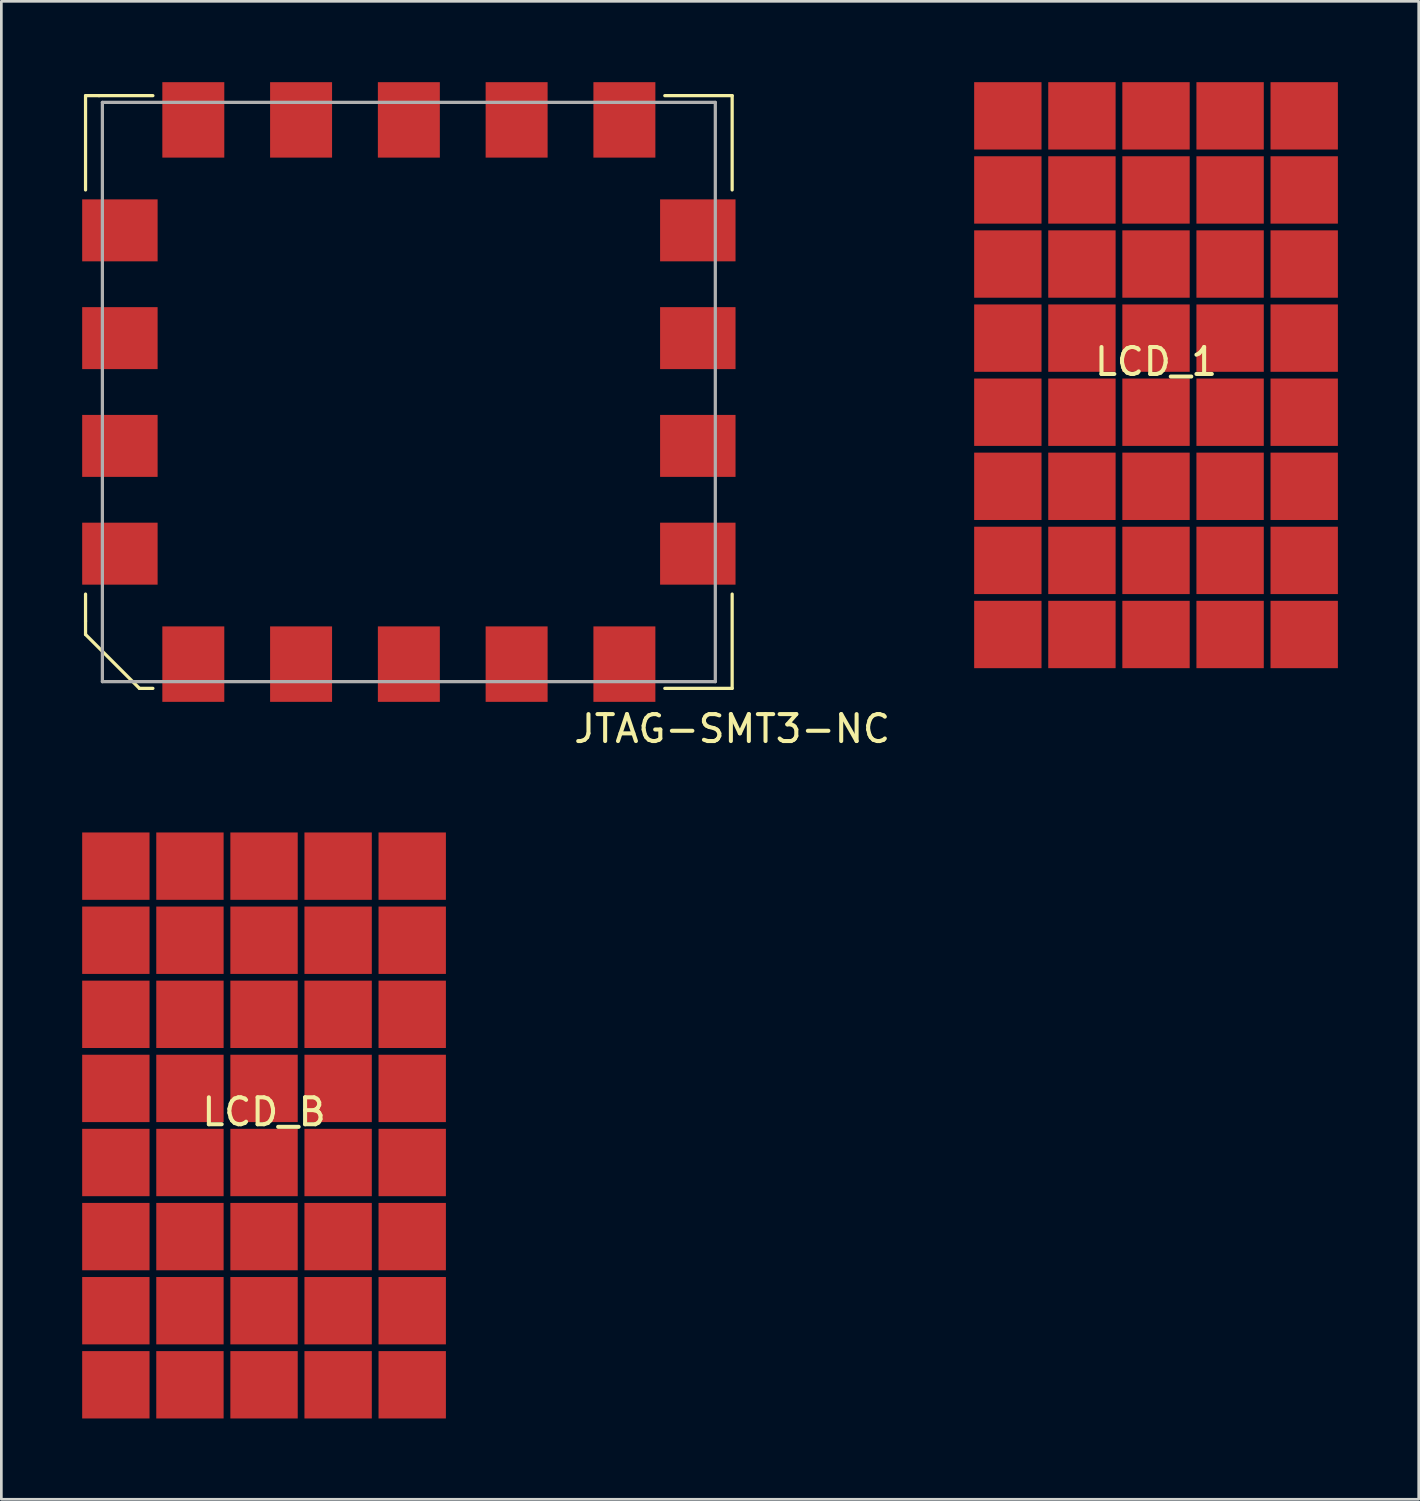
<source format=kicad_pcb>
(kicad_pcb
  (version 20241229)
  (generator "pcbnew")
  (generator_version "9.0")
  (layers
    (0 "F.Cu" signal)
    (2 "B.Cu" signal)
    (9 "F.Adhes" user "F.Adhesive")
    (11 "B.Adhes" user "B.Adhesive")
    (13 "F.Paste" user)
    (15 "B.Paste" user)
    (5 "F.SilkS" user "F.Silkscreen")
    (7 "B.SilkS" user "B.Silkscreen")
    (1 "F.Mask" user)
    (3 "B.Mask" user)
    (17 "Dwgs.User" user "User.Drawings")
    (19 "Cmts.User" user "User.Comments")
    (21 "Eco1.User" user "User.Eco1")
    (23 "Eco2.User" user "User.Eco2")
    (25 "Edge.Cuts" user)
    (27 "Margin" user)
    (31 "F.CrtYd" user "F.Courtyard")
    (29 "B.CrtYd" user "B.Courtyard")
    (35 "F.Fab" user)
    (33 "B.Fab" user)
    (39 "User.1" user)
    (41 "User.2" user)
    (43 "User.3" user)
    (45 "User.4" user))
  (footprint "JTAG-SMT3-NC"
    (layer "F.Cu")
    (at 12.125 11.5)
    (property "Reference" "JTAG-SMT3-NC" (at 12 12.5 0) (layer "F.SilkS") (effects (font (size 1 1) (thickness 0.15))))
    (attr through_hole)
    (fp_line (start -12 -11) (end -12 -7.5) (stroke (width 0.12) (type solid)) (layer "F.SilkS"))
    (fp_line (start -12 8.5) (end -12 7.5) (stroke (width 0.12) (type solid)) (layer "F.SilkS"))
    (fp_line (start -12 9) (end -12 8.5) (stroke (width 0.12) (type solid)) (layer "F.SilkS"))
    (fp_line (start -11.5 -11) (end -12 -11) (stroke (width 0.12) (type solid)) (layer "F.SilkS"))
    (fp_line (start -11.5 -11) (end -9.5 -11) (stroke (width 0.12) (type solid)) (layer "F.SilkS"))
    (fp_line (start -10 11) (end -12 9) (stroke (width 0.12) (type solid)) (layer "F.SilkS"))
    (fp_line (start -9.5 11) (end -10 11) (stroke (width 0.12) (type solid)) (layer "F.SilkS"))
    (fp_line (start 9.5 -11) (end 12 -11) (stroke (width 0.12) (type solid)) (layer "F.SilkS"))
    (fp_line (start 9.5 11) (end 12 11) (stroke (width 0.12) (type solid)) (layer "F.SilkS"))
    (fp_line (start 12 -11) (end 12 -7.5) (stroke (width 0.12) (type solid)) (layer "F.SilkS"))
    (fp_line (start 12 11) (end 12 7.5) (stroke (width 0.12) (type solid)) (layer "F.SilkS"))
    (fp_line (start -11.375 -10.75) (end -11.375 10.75) (stroke (width 0.12) (type solid)) (layer "F.Fab"))
    (fp_line (start -11.375 10.75) (end 11.375 10.75) (stroke (width 0.12) (type solid)) (layer "F.Fab"))
    (fp_line (start 11.375 -10.75) (end -11.375 -10.75) (stroke (width 0.12) (type solid)) (layer "F.Fab"))
    (fp_line (start 11.375 10.75) (end 11.375 -10.75) (stroke (width 0.12) (type solid)) (layer "F.Fab"))
    (pad "1" smd rect (at -8 10.1) (size 2.3 2.8) (layers "F.Cu" "F.Mask" "F.Paste"))
    (pad "2" smd rect (at -4 10.1) (size 2.3 2.8) (layers "F.Cu" "F.Mask" "F.Paste"))
    (pad "3" smd rect (at 0 10.1) (size 2.3 2.8) (layers "F.Cu" "F.Mask" "F.Paste"))
    (pad "4" smd rect (at 4 10.1) (size 2.3 2.8) (layers "F.Cu" "F.Mask" "F.Paste"))
    (pad "5" smd rect (at 8 10.1) (size 2.3 2.8) (layers "F.Cu" "F.Mask" "F.Paste"))
    (pad "6" smd rect (at 10.725 6 90) (size 2.3 2.8) (layers "F.Cu" "F.Mask" "F.Paste"))
    (pad "7" smd rect (at 10.725 2 90) (size 2.3 2.8) (layers "F.Cu" "F.Mask" "F.Paste"))
    (pad "8" smd rect (at 10.725 -2 90) (size 2.3 2.8) (layers "F.Cu" "F.Mask" "F.Paste"))
    (pad "9" smd rect (at 10.725 -6 90) (size 2.3 2.8) (layers "F.Cu" "F.Mask" "F.Paste"))
    (pad "10" smd rect (at 8 -10.1) (size 2.3 2.8) (layers "F.Cu" "F.Mask" "F.Paste"))
    (pad "11" smd rect (at 4 -10.1) (size 2.3 2.8) (layers "F.Cu" "F.Mask" "F.Paste"))
    (pad "12" smd rect (at 0 -10.1) (size 2.3 2.8) (layers "F.Cu" "F.Mask" "F.Paste"))
    (pad "13" smd rect (at -4 -10.1) (size 2.3 2.8) (layers "F.Cu" "F.Mask" "F.Paste"))
    (pad "14" smd rect (at -8 -10.1) (size 2.3 2.8) (layers "F.Cu" "F.Mask" "F.Paste"))
    (pad "15" smd rect (at -10.725 -6 90) (size 2.3 2.8) (layers "F.Cu" "F.Mask" "F.Paste"))
    (pad "16" smd rect (at -10.725 -2 90) (size 2.3 2.8) (layers "F.Cu" "F.Mask" "F.Paste"))
    (pad "17" smd rect (at -10.725 2 90) (size 2.3 2.8) (layers "F.Cu" "F.Mask" "F.Paste"))
    (pad "18" smd rect (at -10.725 6 90) (size 2.3 2.8) (layers "F.Cu" "F.Mask" "F.Paste")))
  (footprint "LCD_B"
    (layer "F.Cu")
    (at 6.75 38.723)
    (property "Reference" "LCD_B" (at 0 -0.5 0) (unlocked yes) (layer "F.SilkS") (effects (font (size 1 1) (thickness 0.15))))
    (attr exclude_from_pos_files exclude_from_bom)
    (pad "1" smd rect (at -5.5 9.625) (size 2.5 2.5) (layers "F.Cu"))
    (pad "2" smd rect (at -2.75 9.625) (size 2.5 2.5) (layers "F.Cu"))
    (pad "3" smd rect (at 0 9.625) (size 2.5 2.5) (layers "F.Cu"))
    (pad "4" smd rect (at 2.75 9.625) (size 2.5 2.5) (layers "F.Cu"))
    (pad "5" smd rect (at 5.5 9.625) (size 2.5 2.5) (layers "F.Cu"))
    (pad "6" smd rect (at -5.5 6.875) (size 2.5 2.5) (layers "F.Cu" "F.Mask"))
    (pad "7" smd rect (at -2.75 6.875) (size 2.5 2.5) (layers "F.Cu" "F.Mask"))
    (pad "8" smd rect (at 0 6.875) (size 2.5 2.5) (layers "F.Cu" "F.Mask"))
    (pad "9" smd rect (at 2.75 6.875) (size 2.5 2.5) (layers "F.Cu" "F.Mask"))
    (pad "10" smd rect (at 5.5 6.875) (size 2.5 2.5) (layers "F.Cu"))
    (pad "11" smd rect (at -5.5 4.125) (size 2.5 2.5) (layers "F.Cu" "F.Mask"))
    (pad "12" smd rect (at -2.75 4.125) (size 2.5 2.5) (layers "F.Cu"))
    (pad "13" smd rect (at 0 4.125) (size 2.5 2.5) (layers "F.Cu"))
    (pad "14" smd rect (at 2.75 4.125) (size 2.5 2.5) (layers "F.Cu"))
    (pad "15" smd rect (at 5.5 4.125) (size 2.5 2.5) (layers "F.Cu" "F.Mask"))
    (pad "16" smd rect (at -5.5 1.375) (size 2.5 2.5) (layers "F.Cu" "F.Mask"))
    (pad "17" smd rect (at -2.75 1.375) (size 2.5 2.5) (layers "F.Cu"))
    (pad "18" smd rect (at 0 1.375) (size 2.5 2.5) (layers "F.Cu"))
    (pad "19" smd rect (at 2.75 1.375) (size 2.5 2.5) (layers "F.Cu"))
    (pad "20" smd rect (at 5.5 1.375) (size 2.5 2.5) (layers "F.Cu" "F.Mask"))
    (pad "21" smd rect (at -5.5 -1.375) (size 2.5 2.5) (layers "F.Cu" "F.Mask"))
    (pad "22" smd rect (at -2.75 -1.375) (size 2.5 2.5) (layers "F.Cu" "F.Mask"))
    (pad "23" smd rect (at 0 -1.375) (size 2.5 2.5) (layers "F.Cu" "F.Mask"))
    (pad "24" smd rect (at 2.75 -1.375) (size 2.5 2.5) (layers "F.Cu" "F.Mask"))
    (pad "25" smd rect (at 5.5 -1.375) (size 2.5 2.5) (layers "F.Cu"))
    (pad "26" smd rect (at -5.5 -4.125) (size 2.5 2.5) (layers "F.Cu" "F.Mask"))
    (pad "27" smd rect (at -2.75 -4.125) (size 2.5 2.5) (layers "F.Cu"))
    (pad "28" smd rect (at 0 -4.125) (size 2.5 2.5) (layers "F.Cu"))
    (pad "29" smd rect (at 2.75 -4.125) (size 2.5 2.5) (layers "F.Cu"))
    (pad "30" smd rect (at 5.5 -4.125) (size 2.5 2.5) (layers "F.Cu" "F.Mask"))
    (pad "31" smd rect (at -5.5 -6.875) (size 2.5 2.5) (layers "F.Cu" "F.Mask"))
    (pad "32" smd rect (at -2.75 -6.875) (size 2.5 2.5) (layers "F.Cu"))
    (pad "33" smd rect (at 0 -6.875) (size 2.5 2.5) (layers "F.Cu"))
    (pad "34" smd rect (at 2.75 -6.875) (size 2.5 2.5) (layers "F.Cu"))
    (pad "35" smd rect (at 5.5 -6.875) (size 2.5 2.5) (layers "F.Cu" "F.Mask"))
    (pad "36" smd rect (at -5.5 -9.625) (size 2.5 2.5) (layers "F.Cu" "F.Mask"))
    (pad "37" smd rect (at -2.75 -9.625) (size 2.5 2.5) (layers "F.Cu" "F.Mask"))
    (pad "38" smd rect (at 0 -9.625) (size 2.5 2.5) (layers "F.Cu" "F.Mask"))
    (pad "39" smd rect (at 2.75 -9.625) (size 2.5 2.5) (layers "F.Cu" "F.Mask"))
    (pad "40" smd rect (at 5.5 -9.625) (size 2.5 2.5) (layers "F.Cu")))
  (footprint "LCD_1"
    (layer "F.Cu")
    (at 39.857 10.875)
    (property "Reference" "LCD_1" (at 0 -0.5 0) (unlocked yes) (layer "F.SilkS") (effects (font (size 1 1) (thickness 0.15))))
    (attr exclude_from_pos_files exclude_from_bom)
    (pad "1" smd rect (at -5.5 9.625) (size 2.5 2.5) (layers "F.Cu"))
    (pad "2" smd rect (at -2.75 9.625) (size 2.5 2.5) (layers "F.Cu"))
    (pad "3" smd rect (at 0 9.625) (size 2.5 2.5) (layers "F.Cu"))
    (pad "4" smd rect (at 2.75 9.625) (size 2.5 2.5) (layers "F.Cu"))
    (pad "5" smd rect (at 5.5 9.625) (size 2.5 2.5) (layers "F.Cu"))
    (pad "6" smd rect (at -5.5 6.875) (size 2.5 2.5) (layers "F.Cu"))
    (pad "7" smd rect (at -2.75 6.875) (size 2.5 2.5) (layers "F.Cu" "F.Mask"))
    (pad "8" smd rect (at 0 6.875) (size 2.5 2.5) (layers "F.Cu" "F.Mask"))
    (pad "9" smd rect (at 2.75 6.875) (size 2.5 2.5) (layers "F.Cu" "F.Mask"))
    (pad "10" smd rect (at 5.5 6.875) (size 2.5 2.5) (layers "F.Cu"))
    (pad "11" smd rect (at -5.5 4.125) (size 2.5 2.5) (layers "F.Cu"))
    (pad "12" smd rect (at -2.75 4.125) (size 2.5 2.5) (layers "F.Cu"))
    (pad "13" smd rect (at 0 4.125) (size 2.5 2.5) (layers "F.Cu" "F.Mask"))
    (pad "14" smd rect (at 2.75 4.125) (size 2.5 2.5) (layers "F.Cu"))
    (pad "15" smd rect (at 5.5 4.125) (size 2.5 2.5) (layers "F.Cu"))
    (pad "16" smd rect (at -5.5 1.375) (size 2.5 2.5) (layers "F.Cu"))
    (pad "17" smd rect (at -2.75 1.375) (size 2.5 2.5) (layers "F.Cu"))
    (pad "18" smd rect (at 0 1.375) (size 2.5 2.5) (layers "F.Cu" "F.Mask"))
    (pad "19" smd rect (at 2.75 1.375) (size 2.5 2.5) (layers "F.Cu"))
    (pad "20" smd rect (at 5.5 1.375) (size 2.5 2.5) (layers "F.Cu"))
    (pad "21" smd rect (at -5.5 -1.375) (size 2.5 2.5) (layers "F.Cu"))
    (pad "22" smd rect (at -2.75 -1.375) (size 2.5 2.5) (layers "F.Cu"))
    (pad "23" smd rect (at 0 -1.375) (size 2.5 2.5) (layers "F.Cu" "F.Mask"))
    (pad "24" smd rect (at 2.75 -1.375) (size 2.5 2.5) (layers "F.Cu"))
    (pad "25" smd rect (at 5.5 -1.375) (size 2.5 2.5) (layers "F.Cu"))
    (pad "26" smd rect (at -5.5 -4.125) (size 2.5 2.5) (layers "F.Cu"))
    (pad "27" smd rect (at -2.75 -4.125) (size 2.5 2.5) (layers "F.Cu"))
    (pad "28" smd rect (at 0 -4.125) (size 2.5 2.5) (layers "F.Cu" "F.Mask"))
    (pad "29" smd rect (at 2.75 -4.125) (size 2.5 2.5) (layers "F.Cu"))
    (pad "30" smd rect (at 5.5 -4.125) (size 2.5 2.5) (layers "F.Cu"))
    (pad "31" smd rect (at -5.5 -6.875) (size 2.5 2.5) (layers "F.Cu"))
    (pad "32" smd rect (at -2.75 -6.875) (size 2.5 2.5) (layers "F.Cu" "F.Mask"))
    (pad "33" smd rect (at 0 -6.875) (size 2.5 2.5) (layers "F.Cu" "F.Mask"))
    (pad "34" smd rect (at 2.75 -6.875) (size 2.5 2.5) (layers "F.Cu"))
    (pad "35" smd rect (at 5.5 -6.875) (size 2.5 2.5) (layers "F.Cu"))
    (pad "36" smd rect (at -5.5 -9.625) (size 2.5 2.5) (layers "F.Cu"))
    (pad "37" smd rect (at -2.75 -9.625) (size 2.5 2.5) (layers "F.Cu"))
    (pad "38" smd rect (at 0 -9.625) (size 2.5 2.5) (layers "F.Cu" "F.Mask"))
    (pad "39" smd rect (at 2.75 -9.625) (size 2.5 2.5) (layers "F.Cu"))
    (pad "40" smd rect (at 5.5 -9.625) (size 2.5 2.5) (layers "F.Cu")))
  (gr_rect
    (start -3 -3)
    (end 49.607 52.598)
    (stroke (width 0.1) (type default))
    (fill no)
    (layer "Edge.Cuts")))
</source>
